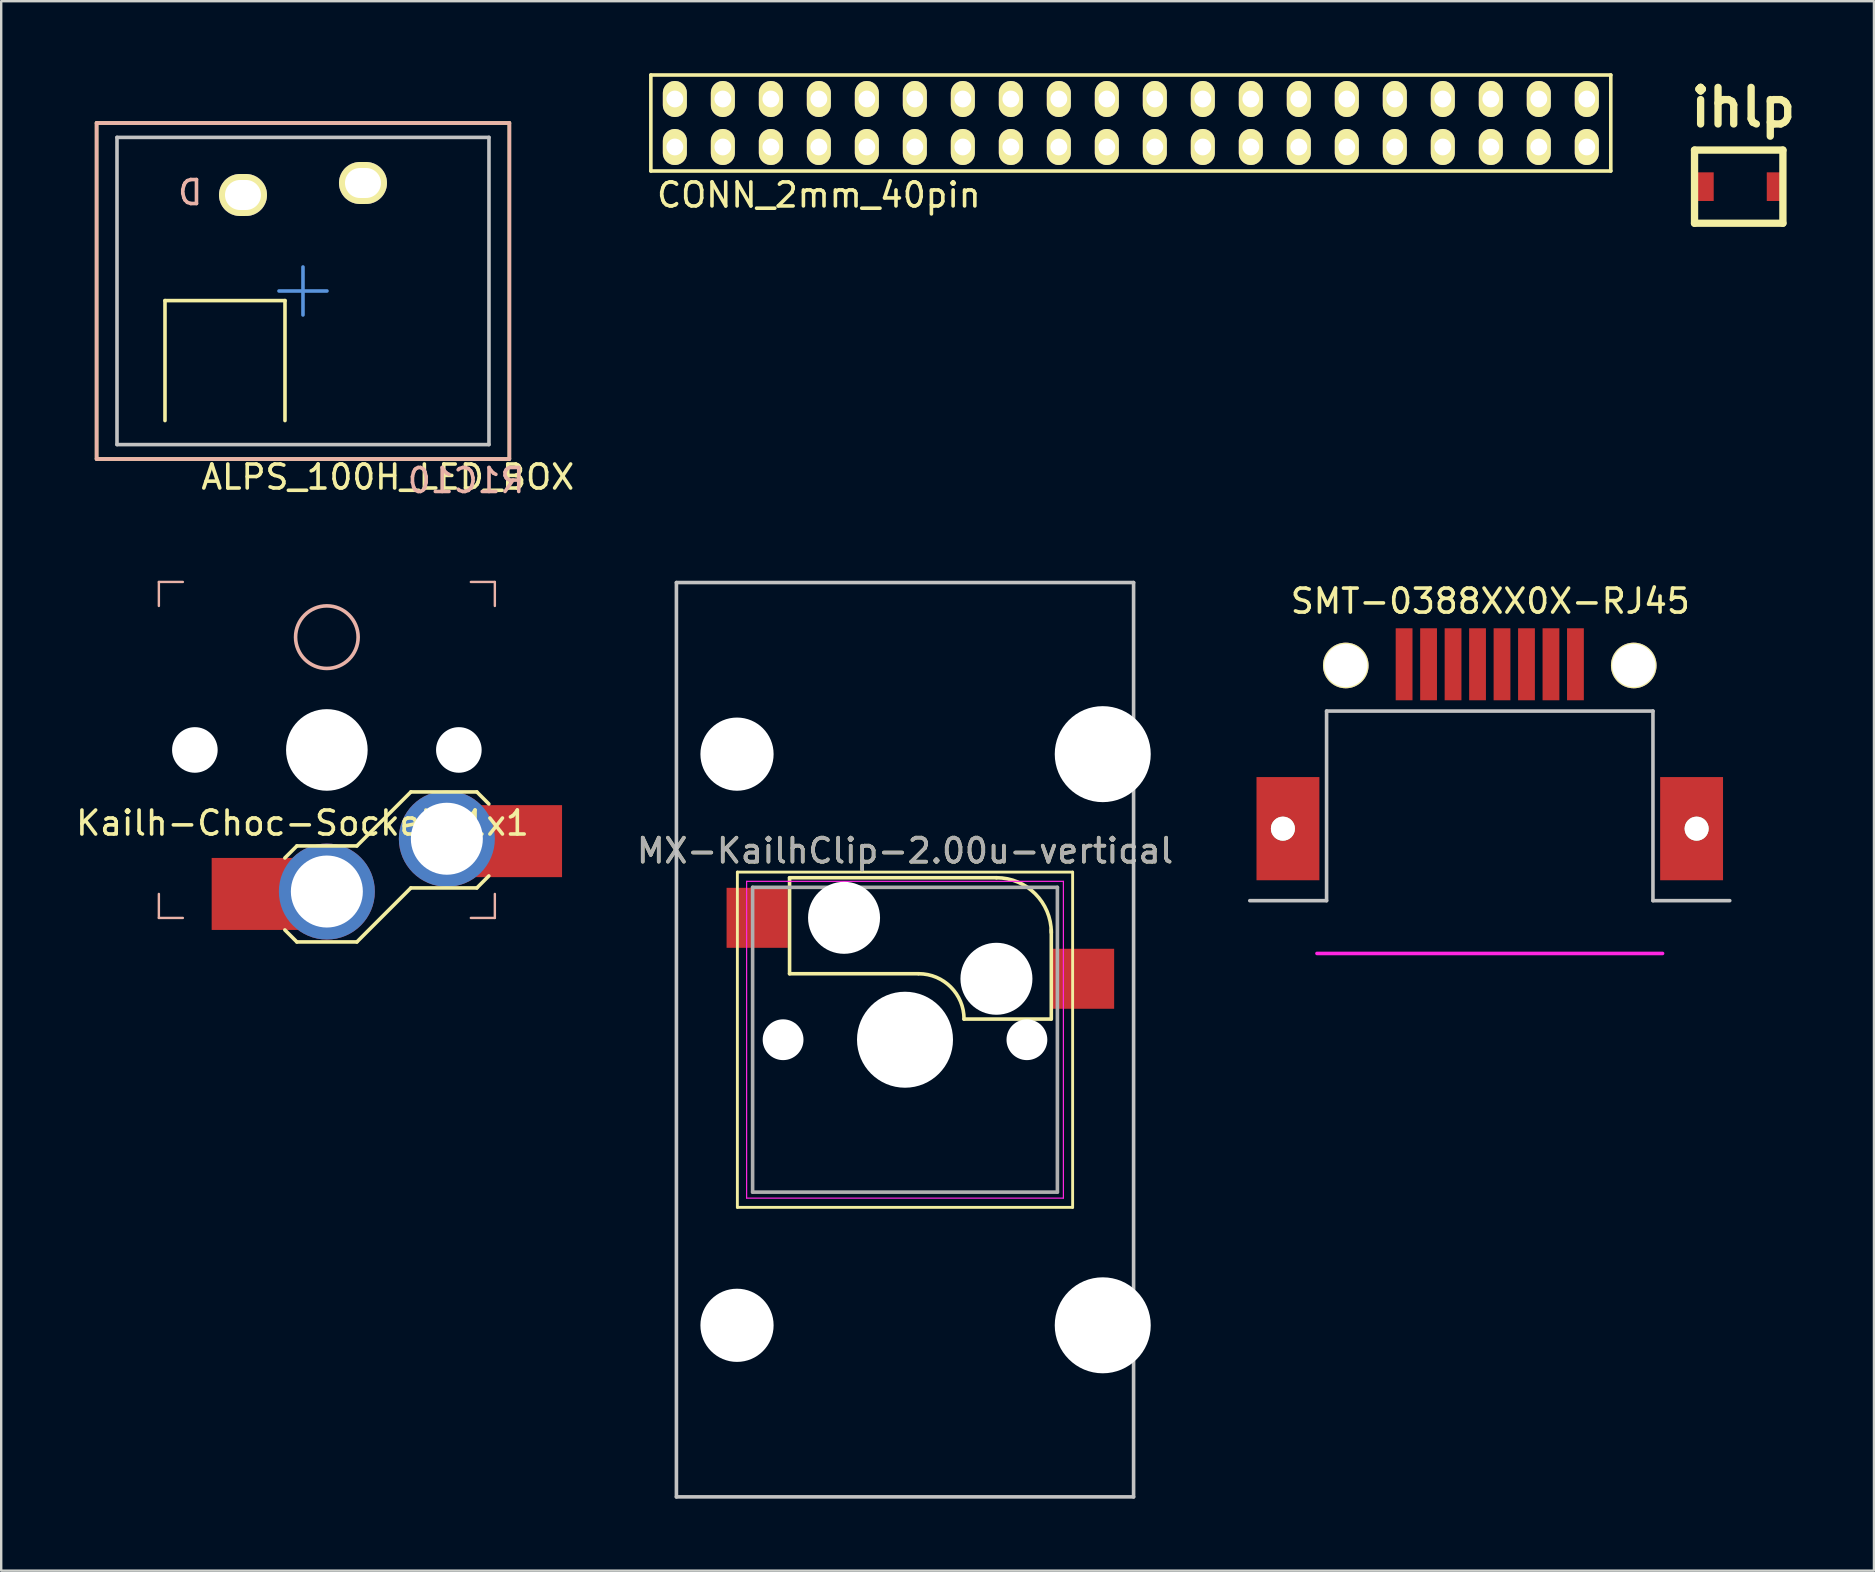
<source format=kicad_pcb>
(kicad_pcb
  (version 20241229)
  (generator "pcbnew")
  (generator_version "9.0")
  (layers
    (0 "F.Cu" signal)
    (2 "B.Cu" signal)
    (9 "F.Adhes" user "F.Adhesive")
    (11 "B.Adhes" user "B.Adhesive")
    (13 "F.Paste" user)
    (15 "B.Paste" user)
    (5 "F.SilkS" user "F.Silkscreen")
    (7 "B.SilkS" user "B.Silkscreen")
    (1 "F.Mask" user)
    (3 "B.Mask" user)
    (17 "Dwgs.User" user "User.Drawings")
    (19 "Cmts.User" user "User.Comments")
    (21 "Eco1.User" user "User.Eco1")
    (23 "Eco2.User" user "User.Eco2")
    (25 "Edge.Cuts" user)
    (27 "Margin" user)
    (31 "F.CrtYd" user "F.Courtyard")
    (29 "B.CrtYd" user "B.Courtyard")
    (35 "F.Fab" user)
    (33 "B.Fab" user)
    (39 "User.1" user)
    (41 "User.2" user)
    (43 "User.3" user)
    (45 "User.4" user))
  (footprint "SMT-0388XX0X-RJ45"
    (layer "F.Cu")
    (at 59.028 24.68)
    (property "Reference" "SMT-0388XX0X-RJ45" (at 0.023 -2.681 0) (layer "F.SilkS") (effects (font (size 1 1) (thickness 0.15))))
    (attr through_hole)
    (fp_line (start -6.8 1.9) (end -6.8 9.8) (stroke (width 0.15) (type solid)) (layer "Dwgs.User"))
    (fp_line (start -6.8 1.9) (end 6.8 1.9) (stroke (width 0.15) (type solid)) (layer "Dwgs.User"))
    (fp_line (start -6.8 9.8) (end -10 9.8) (stroke (width 0.15) (type solid)) (layer "Dwgs.User"))
    (fp_line (start 6.8 1.9) (end 6.8 9.8) (stroke (width 0.15) (type solid)) (layer "Dwgs.User"))
    (fp_line (start 6.8 9.8) (end 10 9.8) (stroke (width 0.15) (type solid)) (layer "Dwgs.User"))
    (fp_line (start -7.2 12) (end 7.2 12) (stroke (width 0.15) (type solid)) (layer "F.CrtYd"))
    (pad "" np_thru_hole circle (at -6 0 90) (size 1.9 1.9) (drill 1.8) (layers "*.Cu" "*.Mask" "F.SilkS"))
    (pad "" np_thru_hole circle (at 6 0) (size 1.9 1.9) (drill 1.8) (layers "*.Cu" "*.Mask" "F.SilkS"))
    (pad "1" smd rect (at -3.57 -0.05) (size 0.7 3) (layers "F.Cu" "F.Mask" "F.Paste"))
    (pad "2" smd rect (at -2.55 -0.05) (size 0.7 3) (layers "F.Cu" "F.Mask" "F.Paste"))
    (pad "3" smd rect (at -1.53 -0.05) (size 0.7 3) (layers "F.Cu" "F.Mask" "F.Paste"))
    (pad "4" smd rect (at -0.51 -0.05) (size 0.7 3) (layers "F.Cu" "F.Mask" "F.Paste"))
    (pad "5" smd rect (at 0.51 -0.05) (size 0.7 3) (layers "F.Cu" "F.Mask" "F.Paste"))
    (pad "6" smd rect (at 1.53 -0.05) (size 0.7 3) (layers "F.Cu" "F.Mask" "F.Paste"))
    (pad "7" smd rect (at 2.55 -0.05) (size 0.7 3) (layers "F.Cu" "F.Mask" "F.Paste"))
    (pad "8" smd rect (at 3.57 -0.05) (size 0.7 3) (layers "F.Cu" "F.Mask" "F.Paste"))
    (pad "9" thru_hole circle (at -8.62 6.8) (size 1 1) (drill 1) (layers "*.Cu" "*.Mask" "F.SilkS"))
    (pad "9" smd rect (at -8.41 6.8) (size 2.62 4.3) (layers "F.Cu" "F.Mask" "F.Paste"))
    (pad "9" smd rect (at 8.41 6.8) (size 2.62 4.3) (layers "F.Cu" "F.Mask" "F.Paste"))
    (pad "9" thru_hole circle (at 8.62 6.8) (size 1 1) (drill 1) (layers "*.Cu" "*.Mask" "F.SilkS")))
  (footprint "ihlp"
    (layer "F.Cu")
    (at 69.465 4.728)
    (property "Reference" "ihlp" (at 0.127 -3.302 0) (layer "F.SilkS") (effects (font (size 1.524 1.524) (thickness 0.305))))
    (attr through_hole)
    (fp_line (start -1.905 -1.524) (end 1.778 -1.524) (stroke (width 0.305) (type solid)) (layer "F.SilkS"))
    (fp_line (start -1.905 1.524) (end -1.905 -1.524) (stroke (width 0.305) (type solid)) (layer "F.SilkS"))
    (fp_line (start 1.778 -1.524) (end 1.778 1.524) (stroke (width 0.305) (type solid)) (layer "F.SilkS"))
    (fp_line (start 1.778 1.524) (end -1.905 1.524) (stroke (width 0.305) (type solid)) (layer "F.SilkS"))
    (pad "1" smd rect (at -1.499 0) (size 0.787 1.194) (layers "F.Cu" "F.Mask" "F.Paste"))
    (pad "2" smd rect (at 1.499 0) (size 0.787 1.194) (layers "F.Cu" "F.Mask" "F.Paste")))
  (footprint "CONN_2mm_40pin"
    (layer "F.Cu")
    (at 25.071 1.075)
    (property "Reference" "CONN_2mm_40pin" (at 6 4 0) (layer "F.SilkS") (effects (font (size 1 1) (thickness 0.15))))
    (attr through_hole)
    (fp_line (start -1 -1) (end -1 3) (stroke (width 0.15) (type solid)) (layer "F.SilkS"))
    (fp_line (start -1 3) (end 39 3) (stroke (width 0.15) (type solid)) (layer "F.SilkS"))
    (fp_line (start 39 -1) (end -1 -1) (stroke (width 0.15) (type solid)) (layer "F.SilkS"))
    (fp_line (start 39 3) (end 39 -1) (stroke (width 0.15) (type solid)) (layer "F.SilkS"))
    (pad "1" thru_hole oval (at 0 2 90) (size 1.5 1) (drill 0.7) (layers "*.Cu" "*.Mask" "F.SilkS"))
    (pad "2" thru_hole oval (at 2 2 90) (size 1.5 1) (drill 0.7) (layers "*.Cu" "*.Mask" "F.SilkS"))
    (pad "3" thru_hole oval (at 4 2 90) (size 1.5 1) (drill 0.7) (layers "*.Cu" "*.Mask" "F.SilkS"))
    (pad "4" thru_hole oval (at 6 2 90) (size 1.5 1) (drill 0.7) (layers "*.Cu" "*.Mask" "F.SilkS"))
    (pad "5" thru_hole oval (at 8 2 90) (size 1.5 1) (drill 0.7) (layers "*.Cu" "*.Mask" "F.SilkS"))
    (pad "6" thru_hole oval (at 10 2 90) (size 1.5 1) (drill 0.7) (layers "*.Cu" "*.Mask" "F.SilkS"))
    (pad "7" thru_hole oval (at 12 2 90) (size 1.5 1) (drill 0.7) (layers "*.Cu" "*.Mask" "F.SilkS"))
    (pad "8" thru_hole oval (at 14 2 90) (size 1.5 1) (drill 0.7) (layers "*.Cu" "*.Mask" "F.SilkS"))
    (pad "9" thru_hole oval (at 16 2 90) (size 1.5 1) (drill 0.7) (layers "*.Cu" "*.Mask" "F.SilkS"))
    (pad "10" thru_hole oval (at 18 2 90) (size 1.5 1) (drill 0.7) (layers "*.Cu" "*.Mask" "F.SilkS"))
    (pad "11" thru_hole oval (at 20 2 90) (size 1.5 1) (drill 0.7) (layers "*.Cu" "*.Mask" "F.SilkS"))
    (pad "12" thru_hole oval (at 22 2 90) (size 1.5 1) (drill 0.7) (layers "*.Cu" "*.Mask" "F.SilkS"))
    (pad "13" thru_hole oval (at 24 2 90) (size 1.5 1) (drill 0.7) (layers "*.Cu" "*.Mask" "F.SilkS"))
    (pad "14" thru_hole oval (at 26 2 90) (size 1.5 1) (drill 0.7) (layers "*.Cu" "*.Mask" "F.SilkS"))
    (pad "15" thru_hole oval (at 28 2 90) (size 1.5 1) (drill 0.7) (layers "*.Cu" "*.Mask" "F.SilkS"))
    (pad "16" thru_hole oval (at 30 2 90) (size 1.5 1) (drill 0.7) (layers "*.Cu" "*.Mask" "F.SilkS"))
    (pad "17" thru_hole oval (at 32 2 90) (size 1.5 1) (drill 0.7) (layers "*.Cu" "*.Mask" "F.SilkS"))
    (pad "18" thru_hole oval (at 34 2 90) (size 1.5 1) (drill 0.7) (layers "*.Cu" "*.Mask" "F.SilkS"))
    (pad "19" thru_hole oval (at 36 2 90) (size 1.5 1) (drill 0.7) (layers "*.Cu" "*.Mask" "F.SilkS"))
    (pad "20" thru_hole oval (at 38 2 90) (size 1.5 1) (drill 0.7) (layers "*.Cu" "*.Mask" "F.SilkS"))
    (pad "21" thru_hole oval (at 38 0 90) (size 1.5 1) (drill 0.7) (layers "*.Cu" "*.Mask" "F.SilkS"))
    (pad "22" thru_hole oval (at 36 0 90) (size 1.5 1) (drill 0.7) (layers "*.Cu" "*.Mask" "F.SilkS"))
    (pad "23" thru_hole oval (at 34 0 90) (size 1.5 1) (drill 0.7) (layers "*.Cu" "*.Mask" "F.SilkS"))
    (pad "24" thru_hole oval (at 32 0 90) (size 1.5 1) (drill 0.7) (layers "*.Cu" "*.Mask" "F.SilkS"))
    (pad "25" thru_hole oval (at 30 0 90) (size 1.5 1) (drill 0.7) (layers "*.Cu" "*.Mask" "F.SilkS"))
    (pad "26" thru_hole oval (at 28 0 90) (size 1.5 1) (drill 0.7) (layers "*.Cu" "*.Mask" "F.SilkS"))
    (pad "27" thru_hole oval (at 26 0 90) (size 1.5 1) (drill 0.7) (layers "*.Cu" "*.Mask" "F.SilkS"))
    (pad "28" thru_hole oval (at 24 0 90) (size 1.5 1) (drill 0.7) (layers "*.Cu" "*.Mask" "F.SilkS"))
    (pad "29" thru_hole oval (at 22 0 90) (size 1.5 1) (drill 0.7) (layers "*.Cu" "*.Mask" "F.SilkS"))
    (pad "30" thru_hole oval (at 20 0 90) (size 1.5 1) (drill 0.7) (layers "*.Cu" "*.Mask" "F.SilkS"))
    (pad "31" thru_hole oval (at 18 0 90) (size 1.5 1) (drill 0.7) (layers "*.Cu" "*.Mask" "F.SilkS"))
    (pad "32" thru_hole oval (at 16 0 90) (size 1.5 1) (drill 0.7) (layers "*.Cu" "*.Mask" "F.SilkS"))
    (pad "33" thru_hole oval (at 14 0 90) (size 1.5 1) (drill 0.7) (layers "*.Cu" "*.Mask" "F.SilkS"))
    (pad "34" thru_hole oval (at 12 0 90) (size 1.5 1) (drill 0.7) (layers "*.Cu" "*.Mask" "F.SilkS"))
    (pad "35" thru_hole oval (at 10 0 90) (size 1.5 1) (drill 0.7) (layers "*.Cu" "*.Mask" "F.SilkS"))
    (pad "36" thru_hole oval (at 8 0 90) (size 1.5 1) (drill 0.7) (layers "*.Cu" "*.Mask" "F.SilkS"))
    (pad "37" thru_hole oval (at 6 0 90) (size 1.5 1) (drill 0.7) (layers "*.Cu" "*.Mask" "F.SilkS"))
    (pad "38" thru_hole oval (at 4 0 90) (size 1.5 1) (drill 0.7) (layers "*.Cu" "*.Mask" "F.SilkS"))
    (pad "39" thru_hole oval (at 2 0 90) (size 1.5 1) (drill 0.7) (layers "*.Cu" "*.Mask" "F.SilkS"))
    (pad "40" thru_hole oval (at 0 0 90) (size 1.5 1) (drill 0.7) (layers "*.Cu" "*.Mask" "F.SilkS")))
  (footprint "MX-KailhClip-2.00u-vertical"
    (layer "F.Cu")
    (at 34.661 40.275)
    (property "Reference" "MX-KailhClip-2.00u-vertical" (at 0 -7.874 0) (layer "F.SilkS") (effects (font (size 1 1) (thickness 0.15))))
    (attr through_hole)
    (fp_line (start -6.985 -6.985) (end 6.985 -6.985) (stroke (width 0.12) (type solid)) (layer "F.SilkS"))
    (fp_line (start -6.985 6.985) (end -6.985 -6.985) (stroke (width 0.12) (type solid)) (layer "F.SilkS"))
    (fp_line (start -4.81 -6.75) (end -4.81 -2.75) (stroke (width 0.15) (type solid)) (layer "F.SilkS"))
    (fp_line (start -4.81 -6.75) (end 3.81 -6.75) (stroke (width 0.15) (type solid)) (layer "F.SilkS"))
    (fp_line (start -4.81 -2.75) (end 0.55 -2.75) (stroke (width 0.15) (type solid)) (layer "F.SilkS"))
    (fp_line (start 6.088 -0.86) (end 2.46 -0.86) (stroke (width 0.15) (type solid)) (layer "F.SilkS"))
    (fp_line (start 6.096 -4.572) (end 6.096 -0.86) (stroke (width 0.15) (type solid)) (layer "F.SilkS"))
    (fp_line (start 6.985 -6.985) (end 6.985 6.985) (stroke (width 0.12) (type solid)) (layer "F.SilkS"))
    (fp_line (start 6.985 6.985) (end -6.985 6.985) (stroke (width 0.12) (type solid)) (layer "F.SilkS"))
    (fp_arc (start 0.57 -2.75) (mid 1.906432 -2.196432) (end 2.46 -0.86) (stroke (width 0.15) (type solid)) (layer "F.SilkS"))
    (fp_arc (start 3.81 -6.751) (mid 5.426446 -6.081446) (end 6.096 -4.465) (stroke (width 0.15) (type solid)) (layer "F.SilkS"))
    (fp_line (start -9.525 -19.05) (end 9.525 -19.05) (stroke (width 0.15) (type solid)) (layer "Dwgs.User"))
    (fp_line (start -9.525 19.05) (end -9.525 -19.05) (stroke (width 0.15) (type solid)) (layer "Dwgs.User"))
    (fp_line (start 9.525 -19.05) (end 9.525 19.05) (stroke (width 0.15) (type solid)) (layer "Dwgs.User"))
    (fp_line (start 9.525 19.05) (end -9.525 19.05) (stroke (width 0.15) (type solid)) (layer "Dwgs.User"))
    (fp_line (start -6.6 -6.6) (end 6.6 -6.6) (stroke (width 0.05) (type solid)) (layer "F.CrtYd"))
    (fp_line (start -6.6 6.6) (end -6.6 -6.6) (stroke (width 0.05) (type solid)) (layer "F.CrtYd"))
    (fp_line (start 6.6 -6.6) (end 6.6 6.6) (stroke (width 0.05) (type solid)) (layer "F.CrtYd"))
    (fp_line (start 6.6 6.6) (end -6.6 6.6) (stroke (width 0.05) (type solid)) (layer "F.CrtYd"))
    (fp_line (start -6.35 -6.35) (end 6.35 -6.35) (stroke (width 0.15) (type solid)) (layer "F.Fab"))
    (fp_line (start -6.35 6.35) (end -6.35 -6.35) (stroke (width 0.15) (type solid)) (layer "F.Fab"))
    (fp_line (start 6.35 -6.35) (end 6.35 6.35) (stroke (width 0.15) (type solid)) (layer "F.Fab"))
    (fp_line (start 6.35 6.35) (end -6.35 6.35) (stroke (width 0.15) (type solid)) (layer "F.Fab"))
    (fp_text user "${REFERENCE}" (at 0 -7.874 0) (layer "F.Fab") (effects (font (size 1 1) (thickness 0.15))))
    (pad "" np_thru_hole circle (at -7 -11.9) (size 3.05 3.05) (drill 3.05) (layers "*.Cu" "*.Mask"))
    (pad "" np_thru_hole circle (at -7 11.9) (size 3.05 3.05) (drill 3.05) (layers "*.Cu" "*.Mask"))
    (pad "" np_thru_hole circle (at -5.08 0) (size 1.7 1.7) (drill 1.7) (layers "*.Cu" "*.Mask"))
    (pad "" np_thru_hole circle (at -2.54 -5.08) (size 3 3) (drill 3) (layers "*.Cu" "*.Mask"))
    (pad "" np_thru_hole circle (at 0 0) (size 4 4) (drill 4) (layers "*.Cu" "*.Mask"))
    (pad "" np_thru_hole circle (at 3.81 -2.54) (size 3 3) (drill 3) (layers "*.Cu" "*.Mask"))
    (pad "" np_thru_hole circle (at 5.08 0) (size 1.7 1.7) (drill 1.7) (layers "*.Cu" "*.Mask"))
    (pad "" np_thru_hole circle (at 8.24 -11.9) (size 4 4) (drill 4) (layers "*.Cu" "*.Mask"))
    (pad "" np_thru_hole circle (at 8.24 11.9) (size 4 4) (drill 4) (layers "*.Cu" "*.Mask"))
    (pad "1" smd rect (at -6.16 -5.08) (size 2.55 2.5) (layers "F.Cu" "F.Mask" "F.Paste"))
    (pad "2" smd rect (at 7.44 -2.54) (size 2.55 2.5) (layers "F.Cu" "F.Mask" "F.Paste")))
  (footprint "ALPS_100H_LED_BOX"
    (layer "F.Cu")
    (at 9.575 9.075)
    (property "Reference" "ALPS_100H_LED_BOX" (at 3.534 7.754 0) (layer "F.SilkS") (effects (font (size 1 1) (thickness 0.15))))
    (attr through_hole)
    (fp_line (start -8.6 -7) (end 8.6 -7) (stroke (width 0.15) (type solid)) (layer "F.SilkS"))
    (fp_line (start -8.6 7) (end -8.6 -7) (stroke (width 0.15) (type solid)) (layer "F.SilkS"))
    (fp_line (start -5.75 0.4) (end -0.75 0.4) (stroke (width 0.15) (type solid)) (layer "F.SilkS"))
    (fp_line (start -5.75 5.4) (end -5.75 0.4) (stroke (width 0.15) (type solid)) (layer "F.SilkS"))
    (fp_line (start -0.75 0.4) (end -0.75 5.4) (stroke (width 0.15) (type solid)) (layer "F.SilkS"))
    (fp_line (start 8.6 -7) (end 8.6 7) (stroke (width 0.15) (type solid)) (layer "F.SilkS"))
    (fp_line (start 8.6 7) (end -8.6 7) (stroke (width 0.15) (type solid)) (layer "F.SilkS"))
    (fp_line (start -8.6 -7) (end 8.6 -7) (stroke (width 0.15) (type solid)) (layer "B.SilkS"))
    (fp_line (start -8.6 7) (end -8.6 -7) (stroke (width 0.15) (type solid)) (layer "B.SilkS"))
    (fp_line (start 8.6 -7) (end 8.6 7) (stroke (width 0.15) (type solid)) (layer "B.SilkS"))
    (fp_line (start 8.6 7) (end -8.6 7) (stroke (width 0.15) (type solid)) (layer "B.SilkS"))
    (fp_line (start -7.75 -6.4) (end 7.75 -6.4) (stroke (width 0.15) (type solid)) (layer "Dwgs.User"))
    (fp_line (start -7.75 6.4) (end -7.75 -6.4) (stroke (width 0.15) (type solid)) (layer "Dwgs.User"))
    (fp_line (start 7.75 -6.4) (end 7.75 6.4) (stroke (width 0.15) (type solid)) (layer "Dwgs.User"))
    (fp_line (start 7.75 6.4) (end -7.75 6.4) (stroke (width 0.15) (type solid)) (layer "Dwgs.User"))
    (fp_line (start -1 0) (end 1 0) (stroke (width 0.15) (type solid)) (layer "Cmts.User"))
    (fp_line (start 0 -1) (end 0 1) (stroke (width 0.15) (type solid)) (layer "Cmts.User"))
    (fp_line (start -9.5 9) (end -9.5 -9) (stroke (width 0.15) (type solid)) (layer "Eco1.User"))
    (fp_line (start -9.5 9) (end 9.5 9) (stroke (width 0.15) (type solid)) (layer "Eco1.User"))
    (fp_line (start 9.5 -9) (end -9.5 -9) (stroke (width 0.15) (type solid)) (layer "Eco1.User"))
    (fp_line (start 9.5 -9) (end 9.5 9) (stroke (width 0.15) (type solid)) (layer "Eco1.User"))
    (fp_line (start -6.7 -6.5) (end 6.7 -6.5) (stroke (width 0.15) (type solid)) (layer "Eco2.User"))
    (fp_line (start -6.7 6.5) (end -6.7 -6.5) (stroke (width 0.15) (type solid)) (layer "Eco2.User"))
    (fp_line (start 6.7 -6.5) (end 6.7 6.5) (stroke (width 0.15) (type solid)) (layer "Eco2.User"))
    (fp_line (start 6.7 6.5) (end -6.7 6.5) (stroke (width 0.15) (type solid)) (layer "Eco2.User"))
    (fp_text user "D" (at -4.7 -4.1 0) (layer "B.SilkS") (effects (font (size 1 1) (thickness 0.15)) (justify mirror)))
    (fp_text user "R1C10" (at 6.8 7.9 0) (layer "B.SilkS") (effects (font (size 1 1) (thickness 0.15)) (justify mirror)))
    (pad "1" thru_hole oval (at 2.5 -4.5) (size 2 1.75) (drill oval 1.5 1.25) (layers "*.Cu" "*.Mask" "F.SilkS"))
    (pad "2" thru_hole oval (at -2.5 -4) (size 2 1.75) (drill oval 1.5 1.25) (layers "*.Cu" "*.Mask" "F.SilkS")))
  (footprint "Kailh-Choc-Socket-1x1"
    (layer "F.Cu")
    (at 10.57 28.2)
    (property "Reference" "Kailh-Choc-Socket-1x1" (at -1.016 3.048 0) (layer "F.SilkS") (effects (font (size 1 1) (thickness 0.15))))
    (attr smd)
    (fp_line (start -1.75 4.5) (end -1.25 4) (stroke (width 0.15) (type solid)) (layer "F.SilkS"))
    (fp_line (start -1.25 4) (end 1.25 4) (stroke (width 0.15) (type solid)) (layer "F.SilkS"))
    (fp_line (start -1.25 8) (end -1.75 7.5) (stroke (width 0.15) (type solid)) (layer "F.SilkS"))
    (fp_line (start 1.25 4) (end 3.5 1.75) (stroke (width 0.15) (type solid)) (layer "F.SilkS"))
    (fp_line (start 1.25 8) (end -1.25 8) (stroke (width 0.15) (type solid)) (layer "F.SilkS"))
    (fp_line (start 3.5 1.75) (end 6.25 1.75) (stroke (width 0.15) (type solid)) (layer "F.SilkS"))
    (fp_line (start 3.5 5.75) (end 1.25 8) (stroke (width 0.15) (type solid)) (layer "F.SilkS"))
    (fp_line (start 6.25 1.75) (end 6.75 2.25) (stroke (width 0.15) (type solid)) (layer "F.SilkS"))
    (fp_line (start 6.25 5.75) (end 3.5 5.75) (stroke (width 0.15) (type solid)) (layer "F.SilkS"))
    (fp_line (start 6.75 5.25) (end 6.25 5.75) (stroke (width 0.15) (type solid)) (layer "F.SilkS"))
    (fp_line (start -7 -7) (end -7 -6) (stroke (width 0.1) (type solid)) (layer "B.SilkS"))
    (fp_line (start -7 6) (end -7 7) (stroke (width 0.1) (type solid)) (layer "B.SilkS"))
    (fp_line (start -7 7) (end -6 7) (stroke (width 0.1) (type solid)) (layer "B.SilkS"))
    (fp_line (start -6 -7) (end -7 -7) (stroke (width 0.1) (type solid)) (layer "B.SilkS"))
    (fp_line (start 6 7) (end 7 7) (stroke (width 0.1) (type solid)) (layer "B.SilkS"))
    (fp_line (start 7 -7) (end 6 -7) (stroke (width 0.1) (type solid)) (layer "B.SilkS"))
    (fp_line (start 7 -6) (end 7 -7) (stroke (width 0.1) (type solid)) (layer "B.SilkS"))
    (fp_line (start 7 7) (end 7 6) (stroke (width 0.1) (type solid)) (layer "B.SilkS"))
    (fp_circle (center 0 -4.7) (end -0.7 -3.6) (stroke (width 0.15) (type solid)) (fill no) (layer "B.SilkS"))
    (pad "" np_thru_hole circle (at -5.5 0) (size 1.9 1.9) (drill 1.9) (layers "*.Cu" "*.Mask"))
    (pad "" np_thru_hole circle (at 0 0) (size 3.4 3.4) (drill 3.4) (layers "*.Cu" "*.Mask"))
    (pad "" np_thru_hole circle (at 5.5 0) (size 1.9 1.9) (drill 1.9) (layers "*.Cu" "*.Mask"))
    (pad "1" thru_hole circle (at 5 3.7 180) (size 4 4) (drill 3) (layers "*.Cu" "*.Mask"))
    (pad "1" smd rect (at 8 3.8 180) (size 3.6 3) (layers "F.Cu" "F.Mask" "F.Paste"))
    (pad "2" smd rect (at -3 6 180) (size 3.6 3) (layers "F.Cu" "F.Mask" "F.Paste"))
    (pad "2" thru_hole circle (at 0 5.9 180) (size 4 4) (drill 3) (layers "*.Cu" "*.Mask")))
  (gr_rect
    (start -3 -3)
    (end 75.037 62.4)
    (stroke (width 0.1) (type default))
    (fill no)
    (layer "Edge.Cuts")))
</source>
